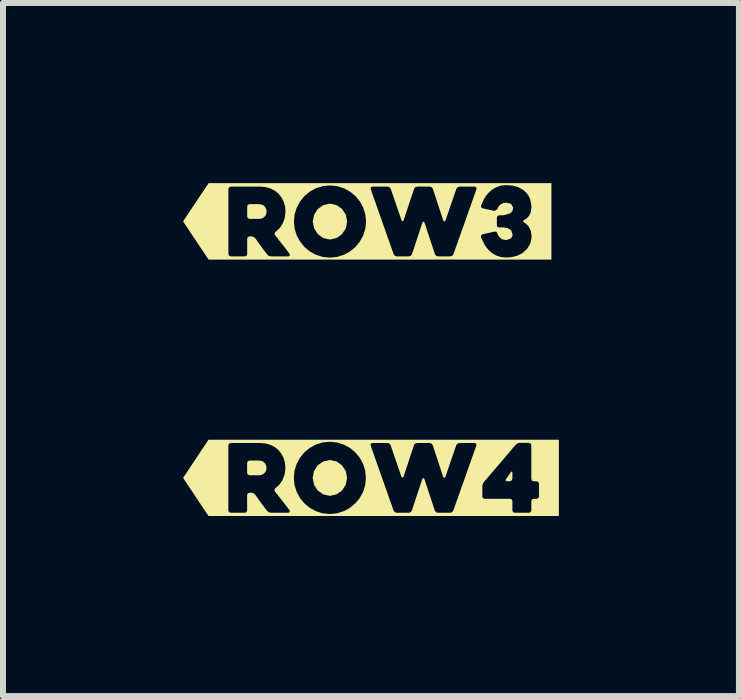
<source format=kicad_pcb>
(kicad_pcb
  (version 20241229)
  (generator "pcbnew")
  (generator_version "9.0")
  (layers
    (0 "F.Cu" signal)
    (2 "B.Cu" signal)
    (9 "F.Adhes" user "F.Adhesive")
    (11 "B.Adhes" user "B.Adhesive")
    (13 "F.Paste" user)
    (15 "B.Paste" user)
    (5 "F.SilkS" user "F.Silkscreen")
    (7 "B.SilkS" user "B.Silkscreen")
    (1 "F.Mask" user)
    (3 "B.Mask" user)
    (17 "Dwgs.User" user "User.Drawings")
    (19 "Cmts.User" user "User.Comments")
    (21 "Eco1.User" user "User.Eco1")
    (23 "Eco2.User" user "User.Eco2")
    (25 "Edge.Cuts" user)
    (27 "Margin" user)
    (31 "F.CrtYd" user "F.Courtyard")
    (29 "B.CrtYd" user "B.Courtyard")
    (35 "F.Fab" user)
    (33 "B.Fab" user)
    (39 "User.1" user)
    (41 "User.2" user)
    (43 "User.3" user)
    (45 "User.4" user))
  (footprint "kibuzzard-63106E29"
    (layer "F.Cu")
    (at 3.13 4.911)
    (property "Reference" "kibuzzard-63106E29" (at 0 -0.635 0) (layer "F.SilkS") (effects (font (size 0.001 0.001) (thickness 0.000003))))
    (attr board_only exclude_from_pos_files exclude_from_bom)
    (fp_poly (pts (xy 2.331 -0.095) (xy 2.248 0.021) (xy 2.244 0.047) (xy 2.267 0.057) (xy 2.313 0.057) (xy 2.344 0.044) (xy 2.356 0.013) (xy 2.356 -0.087) (xy 2.349 -0.108) (xy 2.331 -0.095)) (stroke (width 0) (type solid)) (fill yes) (layer "F.SilkS"))
    (fp_poly (pts (xy -2.025 -0.044) (xy -1.857 -0.044) (xy -1.817 -0.052) (xy -1.779 -0.074) (xy -1.751 -0.111) (xy -1.739 -0.164) (xy -1.745 -0.201) (xy -1.764 -0.242) (xy -1.801 -0.275) (xy -1.857 -0.289) (xy -2.025 -0.289) (xy -2.052 -0.278) (xy -2.063 -0.251) (xy -2.063 -0.083) (xy -2.052 -0.056) (xy -2.025 -0.044)) (stroke (width 0) (type solid)) (fill yes) (layer "F.SilkS"))
    (fp_poly (pts (xy -0.971 0) (xy -0.949 0.114) (xy -0.888 0.21) (xy -0.796 0.275) (xy -0.685 0.3) (xy -0.574 0.275) (xy -0.482 0.21) (xy -0.42 0.114) (xy -0.398 0) (xy -0.42 -0.114) (xy -0.482 -0.209) (xy -0.574 -0.274) (xy -0.685 -0.298) (xy -0.796 -0.274) (xy -0.888 -0.209) (xy -0.949 -0.114) (xy -0.971 0)) (stroke (width 0) (type solid)) (fill yes) (layer "F.SilkS"))
    (fp_poly (pts (xy -2.376 -0.635) (xy -2.365 -0.57) (xy -2.338 -0.581) (xy -1.844 -0.581) (xy -1.756 -0.573) (xy -1.674 -0.55) (xy -1.602 -0.513) (xy -1.542 -0.464) (xy -1.493 -0.403) (xy -1.456 -0.332) (xy -1.433 -0.252) (xy -1.425 -0.164) (xy -1.437 -0.063) (xy -1.471 0.032) (xy -1.524 0.112) (xy -1.285 0) (xy -1.274 -0.12) (xy -1.238 -0.233) (xy -1.182 -0.336) (xy -1.109 -0.425) (xy -1.021 -0.498) (xy -0.919 -0.554) (xy -0.806 -0.59) (xy -0.685 -0.602) (xy -0.565 -0.59) (xy -0.452 -0.554) (xy -0.349 -0.498) (xy -0.261 -0.425) (xy -0.004 -0.535) (xy -0.005 -0.568) (xy 0.019 -0.581) (xy 0.278 -0.581) (xy 0.308 -0.571) (xy 0.327 -0.546) (xy 0.508 -0.017) (xy 0.525 -0.002) (xy 0.542 -0.017) (xy 0.716 -0.545) (xy 0.735 -0.571) (xy 0.767 -0.581) (xy 0.978 -0.581) (xy 1.01 -0.571) (xy 1.029 -0.545) (xy 1.204 -0.014) (xy 1.22 0.002) (xy 1.239 -0.014) (xy 1.421 -0.546) (xy 1.442 -0.571) (xy 1.474 -0.581) (xy 1.731 -0.581) (xy 1.755 -0.568) (xy 1.756 -0.54) (xy 1.88 0.071) (xy 2.413 -0.554) (xy 2.441 -0.575) (xy 2.475 -0.583) (xy 2.633 -0.583) (xy 2.66 -0.572) (xy 2.671 -0.545) (xy 2.671 0.019) (xy 2.682 0.046) (xy 2.709 0.057) (xy 2.761 0.057) (xy 2.789 0.068) (xy 2.799 0.095) (xy 2.799 0.311) (xy 2.789 0.338) (xy 2.761 0.349) (xy 2.709 0.349) (xy 2.682 0.36) (xy 2.671 0.387) (xy 2.671 0.543) (xy 2.66 0.57) (xy 2.633 0.581) (xy 2.394 0.581) (xy 2.367 0.57) (xy 2.356 0.543) (xy 2.356 0.387) (xy 2.346 0.36) (xy 2.318 0.349) (xy 1.893 0.349) (xy 1.866 0.338) (xy 1.855 0.311) (xy 1.855 0.138) (xy 1.862 0.103) (xy 1.88 0.071) (xy 1.756 -0.54) (xy 1.372 0.545) (xy 1.351 0.571) (xy 1.32 0.581) (xy 1.115 0.581) (xy 1.083 0.571) (xy 1.064 0.545) (xy 0.889 0.016) (xy 0.873 0) (xy 0.856 0.016) (xy 0.681 0.545) (xy 0.662 0.571) (xy 0.631 0.581) (xy 0.426 0.581) (xy 0.394 0.569) (xy 0.377 0.545) (xy -0.004 -0.535) (xy -0.261 -0.425) (xy -0.187 -0.336) (xy -0.131 -0.233) (xy -0.096 -0.12) (xy -0.084 0) (xy -0.096 0.12) (xy -0.131 0.233) (xy -0.187 0.336) (xy -0.261 0.425) (xy -0.349 0.498) (xy -0.452 0.554) (xy -0.565 0.59) (xy -0.685 0.602) (xy -0.806 0.59) (xy -0.919 0.554) (xy -1.021 0.498) (xy -1.109 0.425) (xy -1.182 0.336) (xy -1.238 0.233) (xy -1.274 0.12) (xy -1.285 0) (xy -1.524 0.112) (xy -1.592 0.171) (xy -1.608 0.194) (xy -1.603 0.221) (xy -1.541 0.301) (xy -1.476 0.384) (xy -1.413 0.465) (xy -1.357 0.538) (xy -1.352 0.566) (xy -1.373 0.581) (xy -1.668 0.581) (xy -1.702 0.572) (xy -1.73 0.551) (xy -1.781 0.484) (xy -1.831 0.416) (xy -1.881 0.347) (xy -1.93 0.278) (xy -1.957 0.256) (xy -1.99 0.248) (xy -2.025 0.248) (xy -2.052 0.259) (xy -2.063 0.286) (xy -2.063 0.543) (xy -2.074 0.57) (xy -2.101 0.581) (xy -2.338 0.581) (xy -2.365 0.57) (xy -2.376 0.543) (xy -2.376 -0.543) (xy -2.365 -0.57) (xy -2.376 -0.635) (xy -2.707 -0.635) (xy -3.13 0) (xy -2.707 0.635) (xy -2.376 0.635) (xy 2.799 0.635) (xy 3.13 0.635) (xy 3.13 -0.635) (xy 2.799 -0.635) (xy -2.376 -0.635)) (stroke (width 0) (type solid)) (fill yes) (layer "F.SilkS")))
  (footprint "kibuzzard-63106E3A"
    (layer "F.Cu")
    (at 3.068 0.638)
    (property "Reference" "kibuzzard-63106E3A" (at 0 -0.638 0) (layer "F.SilkS") (effects (font (size 0.001 0.001) (thickness 0.000003))))
    (attr board_only exclude_from_pos_files exclude_from_bom)
    (fp_poly (pts (xy -1.962 -0.042) (xy -1.793 -0.042) (xy -1.754 -0.049) (xy -1.716 -0.071) (xy -1.687 -0.109) (xy -1.676 -0.161) (xy -1.682 -0.198) (xy -1.701 -0.24) (xy -1.737 -0.273) (xy -1.793 -0.287) (xy -1.962 -0.287) (xy -1.989 -0.275) (xy -2 -0.248) (xy -2 -0.08) (xy -1.989 -0.053) (xy -1.962 -0.042)) (stroke (width 0) (type solid)) (fill yes) (layer "F.SilkS"))
    (fp_poly (pts (xy -0.908 0.002) (xy -0.885 0.117) (xy -0.824 0.212) (xy -0.733 0.278) (xy -0.622 0.302) (xy -0.511 0.278) (xy -0.419 0.212) (xy -0.357 0.117) (xy -0.335 0.002) (xy -0.357 -0.111) (xy -0.419 -0.206) (xy -0.511 -0.271) (xy -0.622 -0.296) (xy -0.733 -0.271) (xy -0.824 -0.206) (xy -0.885 -0.111) (xy -0.908 0.002)) (stroke (width 0) (type solid)) (fill yes) (layer "F.SilkS"))
    (fp_poly (pts (xy -2.313 -0.637) (xy -2.301 -0.568) (xy -2.274 -0.579) (xy -1.781 -0.579) (xy -1.692 -0.571) (xy -1.611 -0.548) (xy -1.539 -0.511) (xy -1.478 -0.461) (xy -1.429 -0.4) (xy -1.393 -0.329) (xy -1.369 -0.249) (xy -1.362 -0.161) (xy -1.374 -0.06) (xy -1.408 0.034) (xy -1.46 0.114) (xy -1.222 0.002) (xy -1.21 -0.118) (xy -1.174 -0.231) (xy -1.118 -0.334) (xy -1.046 -0.422) (xy -0.958 -0.495) (xy -0.855 -0.552) (xy -0.742 -0.587) (xy -0.622 -0.599) (xy -0.502 -0.587) (xy -0.388 -0.552) (xy -0.286 -0.495) (xy -0.197 -0.422) (xy 0.059 -0.533) (xy 0.058 -0.565) (xy 0.083 -0.579) (xy 0.342 -0.579) (xy 0.372 -0.568) (xy 0.391 -0.544) (xy 0.572 -0.015) (xy 0.589 0.001) (xy 0.605 -0.015) (xy 0.78 -0.542) (xy 0.799 -0.568) (xy 0.831 -0.579) (xy 1.042 -0.579) (xy 1.074 -0.568) (xy 1.093 -0.542) (xy 1.267 -0.012) (xy 1.284 0.004) (xy 1.302 -0.012) (xy 1.485 -0.544) (xy 1.505 -0.568) (xy 1.537 -0.579) (xy 1.794 -0.579) (xy 1.818 -0.565) (xy 1.82 -0.537) (xy 1.947 -0.375) (xy 1.983 -0.432) (xy 2.029 -0.485) (xy 2.085 -0.532) (xy 2.15 -0.57) (xy 2.226 -0.596) (xy 2.315 -0.604) (xy 2.422 -0.596) (xy 2.512 -0.571) (xy 2.585 -0.533) (xy 2.643 -0.485) (xy 2.686 -0.43) (xy 2.715 -0.368) (xy 2.737 -0.242) (xy 2.725 -0.152) (xy 2.692 -0.087) (xy 2.648 -0.043) (xy 2.601 -0.017) (xy 2.601 0.01) (xy 2.648 0.041) (xy 2.692 0.09) (xy 2.725 0.156) (xy 2.737 0.241) (xy 2.735 0.283) (xy 2.725 0.336) (xy 2.702 0.396) (xy 2.663 0.458) (xy 2.584 0.53) (xy 2.494 0.574) (xy 2.402 0.596) (xy 2.315 0.602) (xy 2.226 0.594) (xy 2.148 0.568) (xy 2.082 0.53) (xy 2.027 0.483) (xy 1.981 0.429) (xy 1.945 0.371) (xy 1.894 0.26) (xy 1.897 0.231) (xy 1.92 0.215) (xy 2.123 0.169) (xy 2.151 0.175) (xy 2.167 0.198) (xy 2.182 0.235) (xy 2.209 0.271) (xy 2.252 0.3) (xy 2.315 0.312) (xy 2.396 0.284) (xy 2.423 0.228) (xy 2.398 0.15) (xy 2.339 0.111) (xy 2.264 0.099) (xy 2.196 0.102) (xy 2.17 0.094) (xy 2.159 0.069) (xy 2.159 -0.064) (xy 2.17 -0.09) (xy 2.198 -0.101) (xy 2.281 -0.104) (xy 2.375 -0.131) (xy 2.417 -0.169) (xy 2.431 -0.228) (xy 2.398 -0.291) (xy 2.315 -0.312) (xy 2.253 -0.301) (xy 2.21 -0.274) (xy 2.182 -0.239) (xy 2.167 -0.204) (xy 2.123 -0.174) (xy 1.921 -0.218) (xy 1.898 -0.235) (xy 1.896 -0.263) (xy 1.947 -0.375) (xy 1.82 -0.537) (xy 1.436 0.547) (xy 1.415 0.573) (xy 1.383 0.583) (xy 1.178 0.583) (xy 1.147 0.573) (xy 1.128 0.547) (xy 0.953 0.018) (xy 0.936 0.002) (xy 0.92 0.018) (xy 0.745 0.547) (xy 0.726 0.573) (xy 0.694 0.583) (xy 0.489 0.583) (xy 0.458 0.572) (xy 0.44 0.547) (xy 0.059 -0.533) (xy -0.197 -0.422) (xy -0.124 -0.334) (xy -0.068 -0.231) (xy -0.032 -0.118) (xy -0.02 0.002) (xy -0.032 0.123) (xy -0.068 0.236) (xy -0.124 0.338) (xy -0.197 0.427) (xy -0.286 0.5) (xy -0.388 0.556) (xy -0.502 0.592) (xy -0.622 0.604) (xy -0.742 0.592) (xy -0.855 0.556) (xy -0.958 0.5) (xy -1.046 0.427) (xy -1.118 0.338) (xy -1.174 0.236) (xy -1.21 0.123) (xy -1.222 0.002) (xy -1.46 0.114) (xy -1.528 0.174) (xy -1.545 0.197) (xy -1.539 0.223) (xy -1.478 0.304) (xy -1.412 0.387) (xy -1.349 0.467) (xy -1.293 0.541) (xy -1.289 0.568) (xy -1.309 0.583) (xy -1.605 0.583) (xy -1.639 0.575) (xy -1.666 0.553) (xy -1.717 0.486) (xy -1.767 0.418) (xy -1.817 0.35) (xy -1.866 0.28) (xy -1.893 0.259) (xy -1.927 0.25) (xy -1.962 0.25) (xy -1.989 0.261) (xy -2 0.288) (xy -2 0.545) (xy -2.011 0.572) (xy -2.038 0.583) (xy -2.274 0.583) (xy -2.301 0.572) (xy -2.313 0.545) (xy -2.313 -0.541) (xy -2.301 -0.568) (xy -2.313 -0.637) (xy -2.643 -0.637) (xy -3.068 0) (xy -2.643 0.637) (xy -2.313 0.637) (xy 2.737 0.637) (xy 3.068 0.637) (xy 3.068 -0.637) (xy 2.737 -0.637) (xy -2.313 -0.637)) (stroke (width 0) (type solid)) (fill yes) (layer "F.SilkS")))
  (gr_rect
    (start -3 -3)
    (end 9.26 8.546)
    (stroke (width 0.1) (type default))
    (fill no)
    (layer "Edge.Cuts")))
</source>
